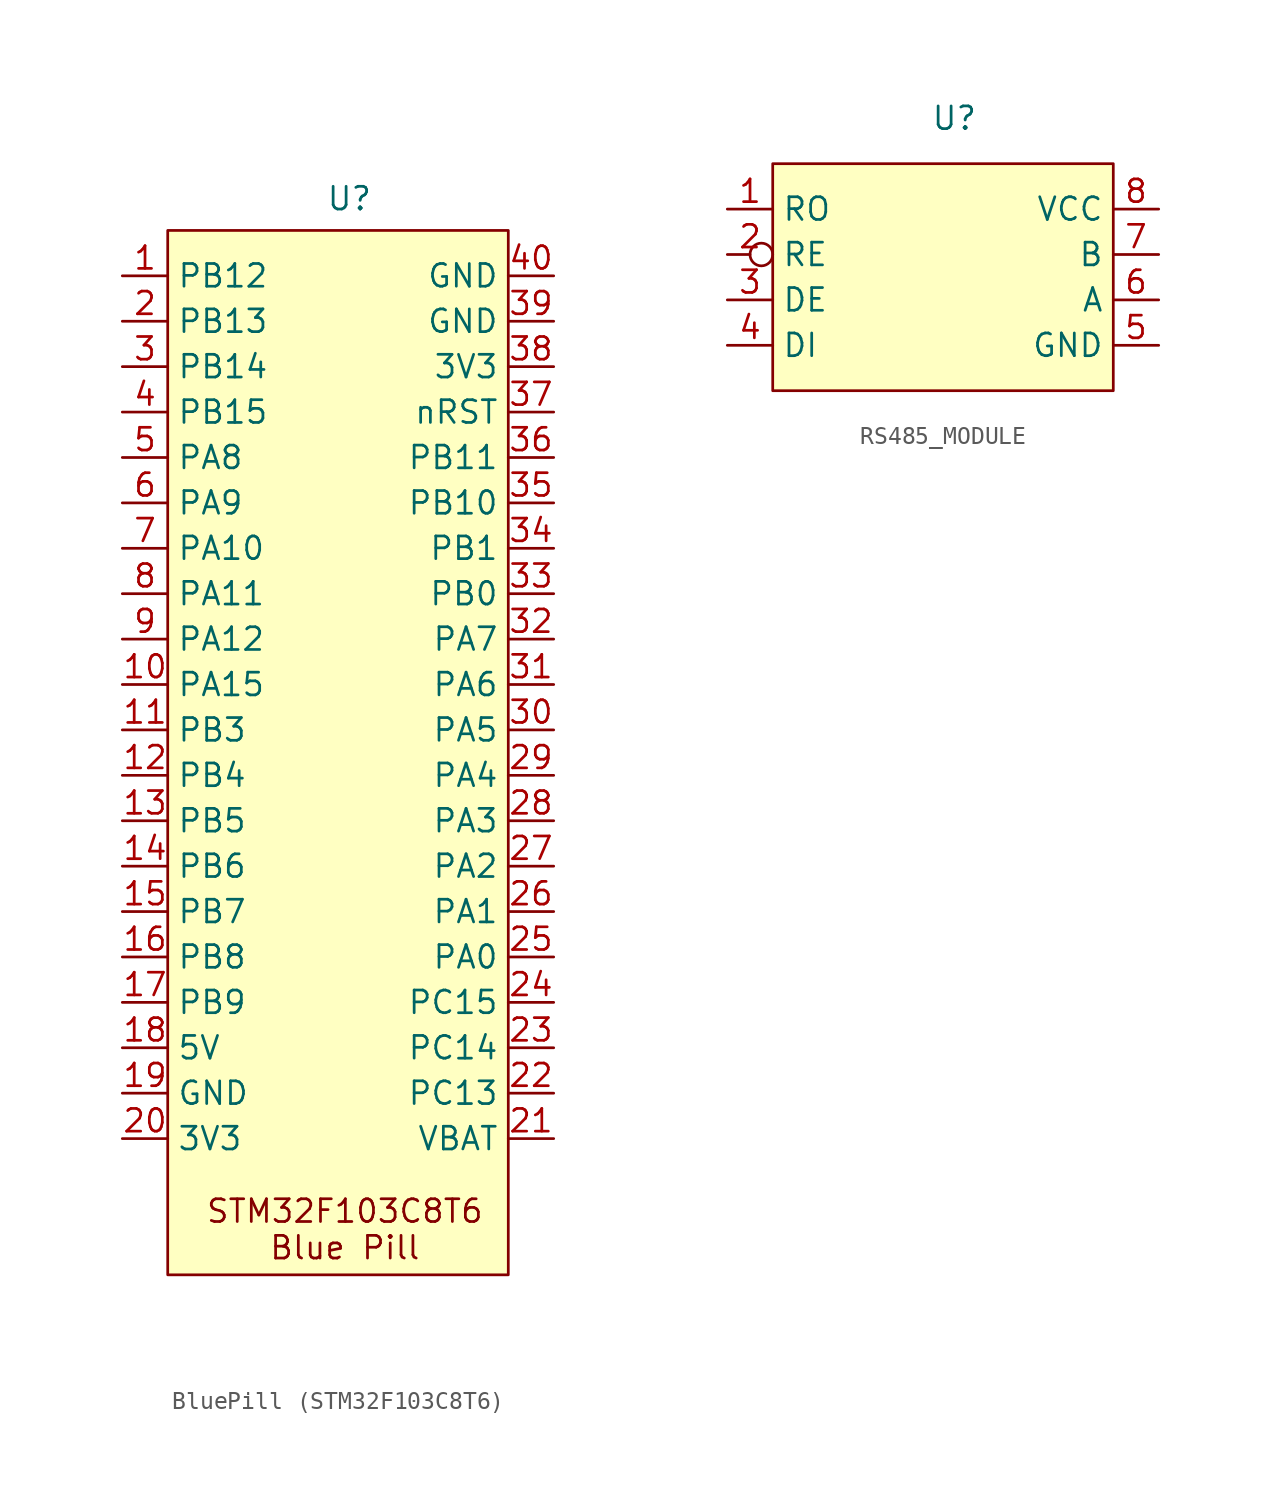
<source format=kicad_sym>
(kicad_symbol_lib
  (version 20231120)
  (generator "kicad_symbol_editor")
  (generator_version "8.0")
  (symbol "BluePill (STM32F103C8T6)"
    (property "Reference" "U"
      (at 0 1.778 0)
      (effects (font (size 1.27 1.27))))
    (property "Value" ""
      (at 0 0 0)
      (effects (font (size 1.27 1.27))))
    (symbol "BluePill (STM32F103C8T6)_1_1"
      (rectangle (start -10.16 0) (end 8.89 -58.42) (stroke (width 0) (type default)) (fill (type background)))
      (text "STM32F103C8T6\nBlue Pill" (at -0.254 -55.88 0) (effects (font (size 1.27 1.27))))
      (pin tri_state line (at -12.7 -2.54 0) (length 2.54) (name "PB12" (effects (font (size 1.27 1.27)))) (number "1" (effects (font (size 1.27 1.27)))))
      (pin tri_state line (at -12.7 -25.4 0) (length 2.54) (name "PA15" (effects (font (size 1.27 1.27)))) (number "10" (effects (font (size 1.27 1.27)))))
      (pin tri_state line (at -12.7 -27.94 0) (length 2.54) (name "PB3" (effects (font (size 1.27 1.27)))) (number "11" (effects (font (size 1.27 1.27)))))
      (pin tri_state line (at -12.7 -30.48 0) (length 2.54) (name "PB4" (effects (font (size 1.27 1.27)))) (number "12" (effects (font (size 1.27 1.27)))))
      (pin tri_state line (at -12.7 -33.02 0) (length 2.54) (name "PB5" (effects (font (size 1.27 1.27)))) (number "13" (effects (font (size 1.27 1.27)))))
      (pin tri_state line (at -12.7 -35.56 0) (length 2.54) (name "PB6" (effects (font (size 1.27 1.27)))) (number "14" (effects (font (size 1.27 1.27)))))
      (pin tri_state line (at -12.7 -38.1 0) (length 2.54) (name "PB7" (effects (font (size 1.27 1.27)))) (number "15" (effects (font (size 1.27 1.27)))))
      (pin tri_state line (at -12.7 -40.64 0) (length 2.54) (name "PB8" (effects (font (size 1.27 1.27)))) (number "16" (effects (font (size 1.27 1.27)))))
      (pin tri_state line (at -12.7 -43.18 0) (length 2.54) (name "PB9" (effects (font (size 1.27 1.27)))) (number "17" (effects (font (size 1.27 1.27)))))
      (pin power_out line (at -12.7 -45.72 0) (length 2.54) (name "5V" (effects (font (size 1.27 1.27)))) (number "18" (effects (font (size 1.27 1.27)))))
      (pin passive line (at -12.7 -48.26 0) (length 2.54) (name "GND" (effects (font (size 1.27 1.27)))) (number "19" (effects (font (size 1.27 1.27)))))
      (pin tri_state line (at -12.7 -5.08 0) (length 2.54) (name "PB13" (effects (font (size 1.27 1.27)))) (number "2" (effects (font (size 1.27 1.27)))))
      (pin power_out line (at -12.7 -50.8 0) (length 2.54) (name "3V3" (effects (font (size 1.27 1.27)))) (number "20" (effects (font (size 1.27 1.27)))))
      (pin power_in line (at 11.43 -50.8 180) (length 2.54) (name "VBAT" (effects (font (size 1.27 1.27)))) (number "21" (effects (font (size 1.27 1.27)))))
      (pin tri_state line (at 11.43 -48.26 180) (length 2.54) (name "PC13" (effects (font (size 1.27 1.27)))) (number "22" (effects (font (size 1.27 1.27)))))
      (pin tri_state line (at 11.43 -45.72 180) (length 2.54) (name "PC14" (effects (font (size 1.27 1.27)))) (number "23" (effects (font (size 1.27 1.27)))))
      (pin tri_state line (at 11.43 -43.18 180) (length 2.54) (name "PC15" (effects (font (size 1.27 1.27)))) (number "24" (effects (font (size 1.27 1.27)))))
      (pin tri_state line (at 11.43 -40.64 180) (length 2.54) (name "PA0" (effects (font (size 1.27 1.27)))) (number "25" (effects (font (size 1.27 1.27)))))
      (pin tri_state line (at 11.43 -38.1 180) (length 2.54) (name "PA1" (effects (font (size 1.27 1.27)))) (number "26" (effects (font (size 1.27 1.27)))))
      (pin tri_state line (at 11.43 -35.56 180) (length 2.54) (name "PA2" (effects (font (size 1.27 1.27)))) (number "27" (effects (font (size 1.27 1.27)))))
      (pin tri_state line (at 11.43 -33.02 180) (length 2.54) (name "PA3" (effects (font (size 1.27 1.27)))) (number "28" (effects (font (size 1.27 1.27)))))
      (pin tri_state line (at 11.43 -30.48 180) (length 2.54) (name "PA4" (effects (font (size 1.27 1.27)))) (number "29" (effects (font (size 1.27 1.27)))))
      (pin tri_state line (at -12.7 -7.62 0) (length 2.54) (name "PB14" (effects (font (size 1.27 1.27)))) (number "3" (effects (font (size 1.27 1.27)))))
      (pin tri_state line (at 11.43 -27.94 180) (length 2.54) (name "PA5" (effects (font (size 1.27 1.27)))) (number "30" (effects (font (size 1.27 1.27)))))
      (pin tri_state line (at 11.43 -25.4 180) (length 2.54) (name "PA6" (effects (font (size 1.27 1.27)))) (number "31" (effects (font (size 1.27 1.27)))))
      (pin tri_state line (at 11.43 -22.86 180) (length 2.54) (name "PA7" (effects (font (size 1.27 1.27)))) (number "32" (effects (font (size 1.27 1.27)))))
      (pin tri_state line (at 11.43 -20.32 180) (length 2.54) (name "PB0" (effects (font (size 1.27 1.27)))) (number "33" (effects (font (size 1.27 1.27)))))
      (pin tri_state line (at 11.43 -17.78 180) (length 2.54) (name "PB1" (effects (font (size 1.27 1.27)))) (number "34" (effects (font (size 1.27 1.27)))))
      (pin tri_state line (at 11.43 -15.24 180) (length 2.54) (name "PB10" (effects (font (size 1.27 1.27)))) (number "35" (effects (font (size 1.27 1.27)))))
      (pin tri_state line (at 11.43 -12.7 180) (length 2.54) (name "PB11" (effects (font (size 1.27 1.27)))) (number "36" (effects (font (size 1.27 1.27)))))
      (pin tri_state line (at 11.43 -10.16 180) (length 2.54) (name "nRST" (effects (font (size 1.27 1.27)))) (number "37" (effects (font (size 1.27 1.27)))))
      (pin power_out line (at 11.43 -7.62 180) (length 2.54) (name "3V3" (effects (font (size 1.27 1.27)))) (number "38" (effects (font (size 1.27 1.27)))))
      (pin passive line (at 11.43 -5.08 180) (length 2.54) (name "GND" (effects (font (size 1.27 1.27)))) (number "39" (effects (font (size 1.27 1.27)))))
      (pin tri_state line (at -12.7 -10.16 0) (length 2.54) (name "PB15" (effects (font (size 1.27 1.27)))) (number "4" (effects (font (size 1.27 1.27)))))
      (pin passive line (at 11.43 -2.54 180) (length 2.54) (name "GND" (effects (font (size 1.27 1.27)))) (number "40" (effects (font (size 1.27 1.27)))))
      (pin tri_state line (at -12.7 -12.7 0) (length 2.54) (name "PA8" (effects (font (size 1.27 1.27)))) (number "5" (effects (font (size 1.27 1.27)))))
      (pin tri_state line (at -12.7 -15.24 0) (length 2.54) (name "PA9" (effects (font (size 1.27 1.27)))) (number "6" (effects (font (size 1.27 1.27)))))
      (pin tri_state line (at -12.7 -17.78 0) (length 2.54) (name "PA10" (effects (font (size 1.27 1.27)))) (number "7" (effects (font (size 1.27 1.27)))))
      (pin tri_state line (at -12.7 -20.32 0) (length 2.54) (name "PA11" (effects (font (size 1.27 1.27)))) (number "8" (effects (font (size 1.27 1.27)))))
      (pin tri_state line (at -12.7 -22.86 0) (length 2.54) (name "PA12" (effects (font (size 1.27 1.27)))) (number "9" (effects (font (size 1.27 1.27)))))))
  (symbol "RS485_MODULE"
    (property "Reference" "U"
      (at 0 0 0)
      (effects (font (size 1.27 1.27))))
    (property "Value" ""
      (at 0 0 0)
      (effects (font (size 1.27 1.27))))
    (symbol "RS485_MODULE_1_1"
      (rectangle (start -10.16 -2.54) (end 8.89 -15.24) (stroke (width 0) (type default)) (fill (type background)))
      (pin tri_state line (at -12.7 -5.08 0) (length 2.54) (name "RO" (effects (font (size 1.27 1.27)))) (number "1" (effects (font (size 1.27 1.27)))))
      (pin tri_state inverted (at -12.7 -7.62 0) (length 2.54) (name "RE" (effects (font (size 1.27 1.27)))) (number "2" (effects (font (size 1.27 1.27)))))
      (pin tri_state line (at -12.7 -10.16 0) (length 2.54) (name "DE" (effects (font (size 1.27 1.27)))) (number "3" (effects (font (size 1.27 1.27)))))
      (pin tri_state line (at -12.7 -12.7 0) (length 2.54) (name "DI" (effects (font (size 1.27 1.27)))) (number "4" (effects (font (size 1.27 1.27)))))
      (pin passive line (at 11.43 -12.7 180) (length 2.54) (name "GND" (effects (font (size 1.27 1.27)))) (number "5" (effects (font (size 1.27 1.27)))))
      (pin bidirectional line (at 11.43 -10.16 180) (length 2.54) (name "A" (effects (font (size 1.27 1.27)))) (number "6" (effects (font (size 1.27 1.27)))))
      (pin bidirectional line (at 11.43 -7.62 180) (length 2.54) (name "B" (effects (font (size 1.27 1.27)))) (number "7" (effects (font (size 1.27 1.27)))))
      (pin power_in line (at 11.43 -5.08 180) (length 2.54) (name "VCC" (effects (font (size 1.27 1.27)))) (number "8" (effects (font (size 1.27 1.27))))))))
</source>
